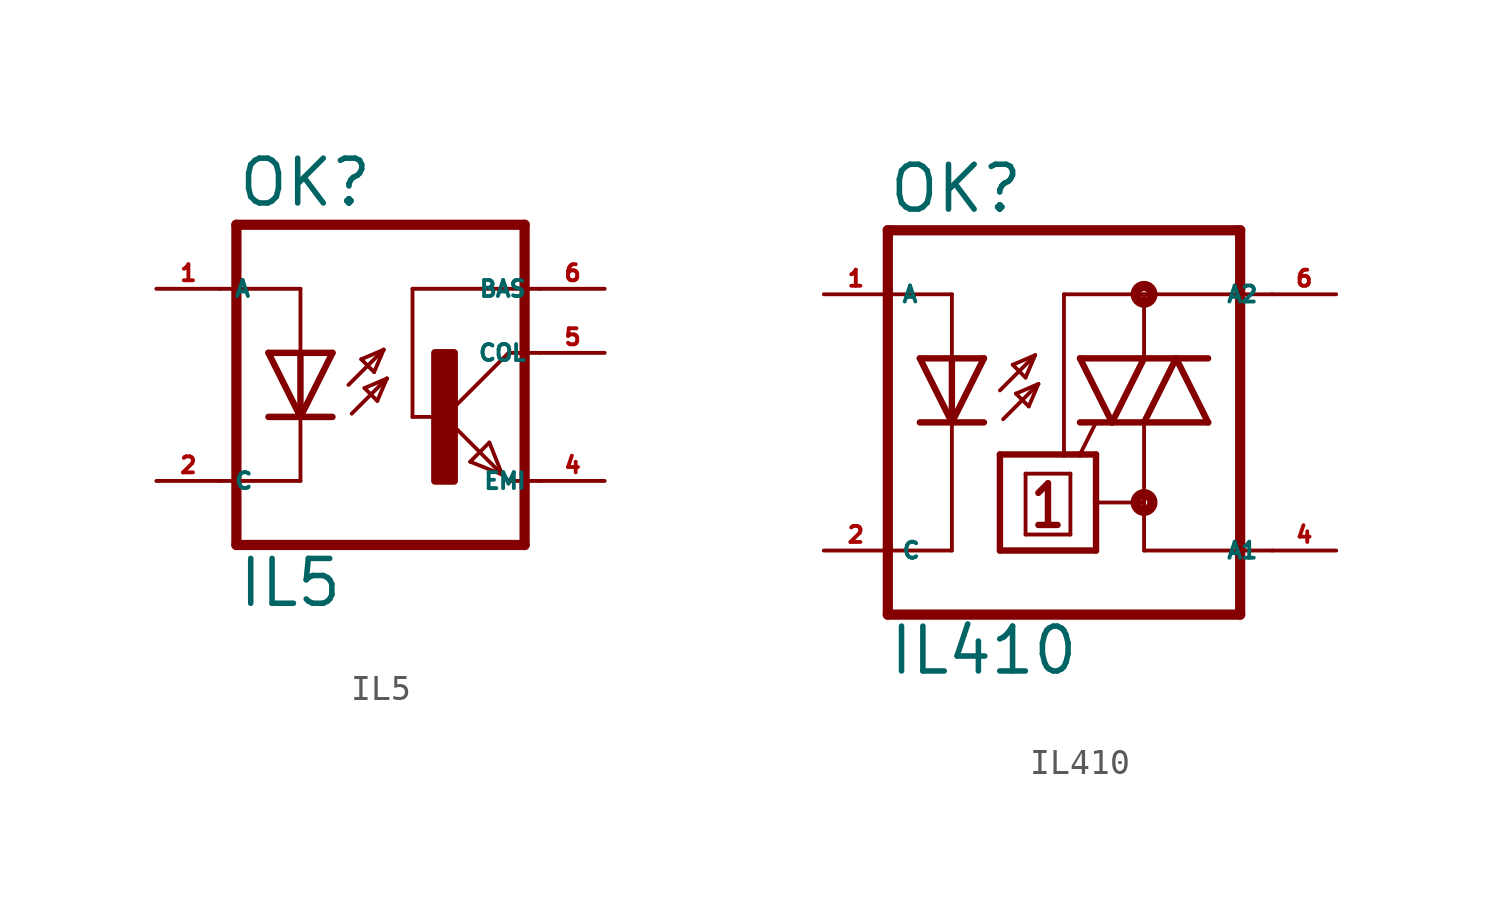
<source format=kicad_sym>
(kicad_symbol_lib
  (version 20220914)
  (generator kicad_symbol_editor)
  (symbol "IL5"
    (property "Reference" "OK"
      (at -6.985 5.715 0)
      (effects (font (size 1.778 1.778) (thickness 0.22)) (justify left bottom)))
    (property "Value" "IL5"
      (at -6.985 -10.16 0)
      (effects (font (size 1.778 1.778) (thickness 0.22)) (justify left bottom)))
    (symbol "IL5_1_1"
      (polyline (pts (xy -7.62 2.54) (xy -4.445 2.54)) (stroke (width 0.152) (type default)) (fill (type none)))
      (polyline (pts (xy -6.985 -7.62) (xy 4.445 -7.62)) (stroke (width 0.406) (type default)) (fill (type none)))
      (polyline (pts (xy -6.985 5.08) (xy -6.985 -7.62)) (stroke (width 0.406) (type default)) (fill (type none)))
      (polyline (pts (xy -6.985 5.08) (xy 4.445 5.08)) (stroke (width 0.406) (type default)) (fill (type none)))
      (polyline (pts (xy -4.445 -5.08) (xy -7.62 -5.08)) (stroke (width 0.152) (type default)) (fill (type none)))
      (polyline (pts (xy -4.445 -2.54) (xy -5.715 -2.54)) (stroke (width 0.254) (type default)) (fill (type none)))
      (polyline (pts (xy -4.445 -2.54) (xy -5.715 0)) (stroke (width 0.254) (type default)) (fill (type none)))
      (polyline (pts (xy -4.445 -2.54) (xy -4.445 -5.08)) (stroke (width 0.152) (type default)) (fill (type none)))
      (polyline (pts (xy -4.445 0) (xy -5.715 0)) (stroke (width 0.254) (type default)) (fill (type none)))
      (polyline (pts (xy -4.445 0) (xy -4.445 -2.54)) (stroke (width 0.254) (type default)) (fill (type none)))
      (polyline (pts (xy -4.445 2.54) (xy -4.445 0)) (stroke (width 0.152) (type default)) (fill (type none)))
      (polyline (pts (xy -3.175 -2.54) (xy -4.445 -2.54)) (stroke (width 0.254) (type default)) (fill (type none)))
      (polyline (pts (xy -3.175 0) (xy -4.445 -2.54)) (stroke (width 0.254) (type default)) (fill (type none)))
      (polyline (pts (xy -3.175 0) (xy -4.445 0)) (stroke (width 0.254) (type default)) (fill (type none)))
      (polyline (pts (xy -2.54 -1.27) (xy -1.143 0.127)) (stroke (width 0.152) (type default)) (fill (type none)))
      (polyline (pts (xy -2.413 -2.413) (xy -1.016 -1.016)) (stroke (width 0.152) (type default)) (fill (type none)))
      (polyline (pts (xy -2.032 -0.254) (xy -1.524 -0.762)) (stroke (width 0.152) (type default)) (fill (type none)))
      (polyline (pts (xy -1.905 -1.397) (xy -1.397 -1.905)) (stroke (width 0.152) (type default)) (fill (type none)))
      (polyline (pts (xy -1.524 -0.762) (xy -1.143 0.127)) (stroke (width 0.152) (type default)) (fill (type none)))
      (polyline (pts (xy -1.397 -1.905) (xy -1.016 -1.016)) (stroke (width 0.152) (type default)) (fill (type none)))
      (polyline (pts (xy -1.143 0.127) (xy -2.032 -0.254)) (stroke (width 0.152) (type default)) (fill (type none)))
      (polyline (pts (xy -1.016 -1.016) (xy -1.905 -1.397)) (stroke (width 0.152) (type default)) (fill (type none)))
      (polyline (pts (xy 0 -2.54) (xy 0 2.54)) (stroke (width 0.152) (type default)) (fill (type none)))
      (polyline (pts (xy 0 -2.54) (xy 1.016 -2.54)) (stroke (width 0.152) (type default)) (fill (type none)))
      (polyline (pts (xy 0 2.54) (xy 5.08 2.54)) (stroke (width 0.152) (type default)) (fill (type none)))
      (polyline (pts (xy 1.27 -2.54) (xy 3.556 -4.826)) (stroke (width 0.152) (type default)) (fill (type none)))
      (polyline (pts (xy 2.286 -4.318) (xy 3.048 -3.556)) (stroke (width 0.152) (type default)) (fill (type none)))
      (polyline (pts (xy 3.048 -3.556) (xy 3.556 -4.826)) (stroke (width 0.152) (type default)) (fill (type none)))
      (polyline (pts (xy 3.556 -4.826) (xy 2.286 -4.318)) (stroke (width 0.152) (type default)) (fill (type none)))
      (polyline (pts (xy 3.556 -4.826) (xy 3.81 -5.08)) (stroke (width 0.152) (type default)) (fill (type none)))
      (polyline (pts (xy 3.81 -5.08) (xy 5.08 -5.08)) (stroke (width 0.152) (type default)) (fill (type none)))
      (polyline (pts (xy 3.81 0) (xy 1.27 -2.54)) (stroke (width 0.152) (type default)) (fill (type none)))
      (polyline (pts (xy 3.81 0) (xy 5.08 0)) (stroke (width 0.152) (type default)) (fill (type none)))
      (polyline (pts (xy 4.445 5.08) (xy 4.445 -7.62)) (stroke (width 0.406) (type default)) (fill (type none)))
      (rectangle (start 0.889 -5.08) (end 1.651 0) (stroke (width 0.3) (type default)) (fill (type outline)))
      (pin passive line (at -10.16 2.54 0) (length 2.54) (name "A" (effects (font (size 0.635 0.635)))) (number "1" (effects (font (size 0.635 0.635)))))
      (pin passive line (at -10.16 -5.08 0) (length 2.54) (name "C" (effects (font (size 0.635 0.635)))) (number "2" (effects (font (size 0.635 0.635)))))
      (pin passive line (at 7.62 -5.08 180) (length 2.54) (name "EMI" (effects (font (size 0.635 0.635)))) (number "4" (effects (font (size 0.635 0.635)))))
      (pin passive line (at 7.62 0 180) (length 2.54) (name "COL" (effects (font (size 0.635 0.635)))) (number "5" (effects (font (size 0.635 0.635)))))
      (pin passive line (at 7.62 2.54 180) (length 2.54) (name "BAS" (effects (font (size 0.635 0.635)))) (number "6" (effects (font (size 0.635 0.635)))))))
  (symbol "IL410"
    (property "Reference" "OK"
      (at -7.645 8.23 0)
      (effects (font (size 1.778 1.778) (thickness 0.22)) (justify left bottom)))
    (property "Value" "IL410"
      (at -7.645 -10.084 0)
      (effects (font (size 1.778 1.778) (thickness 0.22)) (justify left bottom)))
    (symbol "IL410_1_1"
      (polyline (pts (xy -7.62 -7.62) (xy 6.35 -7.62)) (stroke (width 0.406) (type default)) (fill (type none)))
      (polyline (pts (xy -7.62 -5.08) (xy -7.62 -7.62)) (stroke (width 0.406) (type default)) (fill (type none)))
      (polyline (pts (xy -7.62 5.08) (xy -7.62 -5.08)) (stroke (width 0.406) (type default)) (fill (type none)))
      (polyline (pts (xy -7.62 7.62) (xy -7.62 5.08)) (stroke (width 0.406) (type default)) (fill (type none)))
      (polyline (pts (xy -7.62 7.62) (xy 6.35 7.62)) (stroke (width 0.406) (type default)) (fill (type none)))
      (polyline (pts (xy -5.08 -5.08) (xy -7.62 -5.08)) (stroke (width 0.152) (type default)) (fill (type none)))
      (polyline (pts (xy -5.08 0) (xy -6.35 0)) (stroke (width 0.254) (type default)) (fill (type none)))
      (polyline (pts (xy -5.08 0) (xy -6.35 2.54)) (stroke (width 0.254) (type default)) (fill (type none)))
      (polyline (pts (xy -5.08 0) (xy -5.08 -5.08)) (stroke (width 0.152) (type default)) (fill (type none)))
      (polyline (pts (xy -5.08 2.54) (xy -6.35 2.54)) (stroke (width 0.254) (type default)) (fill (type none)))
      (polyline (pts (xy -5.08 2.54) (xy -5.08 0)) (stroke (width 0.254) (type default)) (fill (type none)))
      (polyline (pts (xy -5.08 5.08) (xy -7.62 5.08)) (stroke (width 0.152) (type default)) (fill (type none)))
      (polyline (pts (xy -5.08 5.08) (xy -5.08 2.54)) (stroke (width 0.152) (type default)) (fill (type none)))
      (polyline (pts (xy -3.81 0) (xy -5.08 0)) (stroke (width 0.254) (type default)) (fill (type none)))
      (polyline (pts (xy -3.81 2.54) (xy -5.08 0)) (stroke (width 0.254) (type default)) (fill (type none)))
      (polyline (pts (xy -3.81 2.54) (xy -5.08 2.54)) (stroke (width 0.254) (type default)) (fill (type none)))
      (polyline (pts (xy -3.175 -5.08) (xy -3.175 -1.27)) (stroke (width 0.254) (type default)) (fill (type none)))
      (polyline (pts (xy -3.175 -1.27) (xy -0.635 -1.27)) (stroke (width 0.254) (type default)) (fill (type none)))
      (polyline (pts (xy -3.175 1.27) (xy -1.778 2.667)) (stroke (width 0.152) (type default)) (fill (type none)))
      (polyline (pts (xy -3.048 0.127) (xy -1.651 1.524)) (stroke (width 0.152) (type default)) (fill (type none)))
      (polyline (pts (xy -2.667 2.286) (xy -2.159 1.778)) (stroke (width 0.152) (type default)) (fill (type none)))
      (polyline (pts (xy -2.54 1.143) (xy -2.032 0.635)) (stroke (width 0.152) (type default)) (fill (type none)))
      (polyline (pts (xy -2.159 -4.445) (xy -0.381 -4.445)) (stroke (width 0.152) (type default)) (fill (type none)))
      (polyline (pts (xy -2.159 -2.032) (xy -2.159 -4.445)) (stroke (width 0.152) (type default)) (fill (type none)))
      (polyline (pts (xy -2.159 1.778) (xy -1.778 2.667)) (stroke (width 0.152) (type default)) (fill (type none)))
      (polyline (pts (xy -2.032 0.635) (xy -1.651 1.524)) (stroke (width 0.152) (type default)) (fill (type none)))
      (polyline (pts (xy -1.778 2.667) (xy -2.667 2.286)) (stroke (width 0.152) (type default)) (fill (type none)))
      (polyline (pts (xy -1.651 -4.064) (xy -1.27 -4.064)) (stroke (width 0.254) (type default)) (fill (type none)))
      (polyline (pts (xy -1.651 1.524) (xy -2.54 1.143)) (stroke (width 0.152) (type default)) (fill (type none)))
      (polyline (pts (xy -1.27 -4.064) (xy -1.27 -2.413)) (stroke (width 0.254) (type default)) (fill (type none)))
      (polyline (pts (xy -1.27 -4.064) (xy -0.889 -4.064)) (stroke (width 0.254) (type default)) (fill (type none)))
      (polyline (pts (xy -1.27 -2.413) (xy -1.651 -2.794)) (stroke (width 0.254) (type default)) (fill (type none)))
      (polyline (pts (xy -0.635 -1.27) (xy 0 -1.27)) (stroke (width 0.254) (type default)) (fill (type none)))
      (polyline (pts (xy -0.635 5.08) (xy -0.635 -1.27)) (stroke (width 0.152) (type default)) (fill (type none)))
      (polyline (pts (xy -0.381 -4.445) (xy -0.381 -2.032)) (stroke (width 0.152) (type default)) (fill (type none)))
      (polyline (pts (xy -0.381 -2.032) (xy -2.159 -2.032)) (stroke (width 0.152) (type default)) (fill (type none)))
      (polyline (pts (xy 0 -1.27) (xy 0.635 -1.27)) (stroke (width 0.254) (type default)) (fill (type none)))
      (polyline (pts (xy 0.635 -5.08) (xy -3.175 -5.08)) (stroke (width 0.254) (type default)) (fill (type none)))
      (polyline (pts (xy 0.635 -3.175) (xy 0.635 -5.08)) (stroke (width 0.254) (type default)) (fill (type none)))
      (polyline (pts (xy 0.635 -3.175) (xy 2.54 -3.175)) (stroke (width 0.152) (type default)) (fill (type none)))
      (polyline (pts (xy 0.635 -1.27) (xy 0.635 -3.175)) (stroke (width 0.254) (type default)) (fill (type none)))
      (polyline (pts (xy 0.635 0) (xy 0 -1.27)) (stroke (width 0.152) (type default)) (fill (type none)))
      (polyline (pts (xy 1.27 0) (xy 0 0)) (stroke (width 0.254) (type default)) (fill (type none)))
      (polyline (pts (xy 1.27 0) (xy 0 2.54)) (stroke (width 0.254) (type default)) (fill (type none)))
      (polyline (pts (xy 2.54 -5.08) (xy 7.62 -5.08)) (stroke (width 0.152) (type default)) (fill (type none)))
      (polyline (pts (xy 2.54 -3.175) (xy 2.54 -5.08)) (stroke (width 0.152) (type default)) (fill (type none)))
      (polyline (pts (xy 2.54 -3.175) (xy 2.54 0)) (stroke (width 0.152) (type default)) (fill (type none)))
      (polyline (pts (xy 2.54 0) (xy 1.27 0)) (stroke (width 0.254) (type default)) (fill (type none)))
      (polyline (pts (xy 2.54 0) (xy 3.81 2.54)) (stroke (width 0.254) (type default)) (fill (type none)))
      (polyline (pts (xy 2.54 0) (xy 5.08 0)) (stroke (width 0.254) (type default)) (fill (type none)))
      (polyline (pts (xy 2.54 2.54) (xy 0 2.54)) (stroke (width 0.254) (type default)) (fill (type none)))
      (polyline (pts (xy 2.54 2.54) (xy 1.27 0)) (stroke (width 0.254) (type default)) (fill (type none)))
      (polyline (pts (xy 2.54 2.54) (xy 2.54 5.08)) (stroke (width 0.152) (type default)) (fill (type none)))
      (polyline (pts (xy 2.54 2.54) (xy 3.81 2.54)) (stroke (width 0.254) (type default)) (fill (type none)))
      (polyline (pts (xy 2.54 5.08) (xy -0.635 5.08)) (stroke (width 0.152) (type default)) (fill (type none)))
      (polyline (pts (xy 2.54 5.08) (xy 7.62 5.08)) (stroke (width 0.152) (type default)) (fill (type none)))
      (polyline (pts (xy 3.81 2.54) (xy 5.08 0)) (stroke (width 0.254) (type default)) (fill (type none)))
      (polyline (pts (xy 3.81 2.54) (xy 5.08 2.54)) (stroke (width 0.254) (type default)) (fill (type none)))
      (polyline (pts (xy 6.35 7.62) (xy 6.35 -7.62)) (stroke (width 0.406) (type default)) (fill (type none)))
      (circle (center 2.54 -3.175) (radius 0.127) (stroke (width 0.406) (type default)) (fill (type none)))
      (circle (center 2.54 5.08) (radius 0.127) (stroke (width 0.406) (type default)) (fill (type none)))
      (pin passive line (at -10.16 5.08 0) (length 2.54) (name "A" (effects (font (size 0.635 0.635)))) (number "1" (effects (font (size 0.635 0.635)))))
      (pin passive line (at -10.16 -5.08 0) (length 2.54) (name "C" (effects (font (size 0.635 0.635)))) (number "2" (effects (font (size 0.635 0.635)))))
      (pin passive line (at 10.16 -5.08 180) (length 2.54) (name "A1" (effects (font (size 0.635 0.635)))) (number "4" (effects (font (size 0.635 0.635)))))
      (pin passive line (at 10.16 5.08 180) (length 2.54) (name "A2" (effects (font (size 0.635 0.635)))) (number "6" (effects (font (size 0.635 0.635))))))))
</source>
